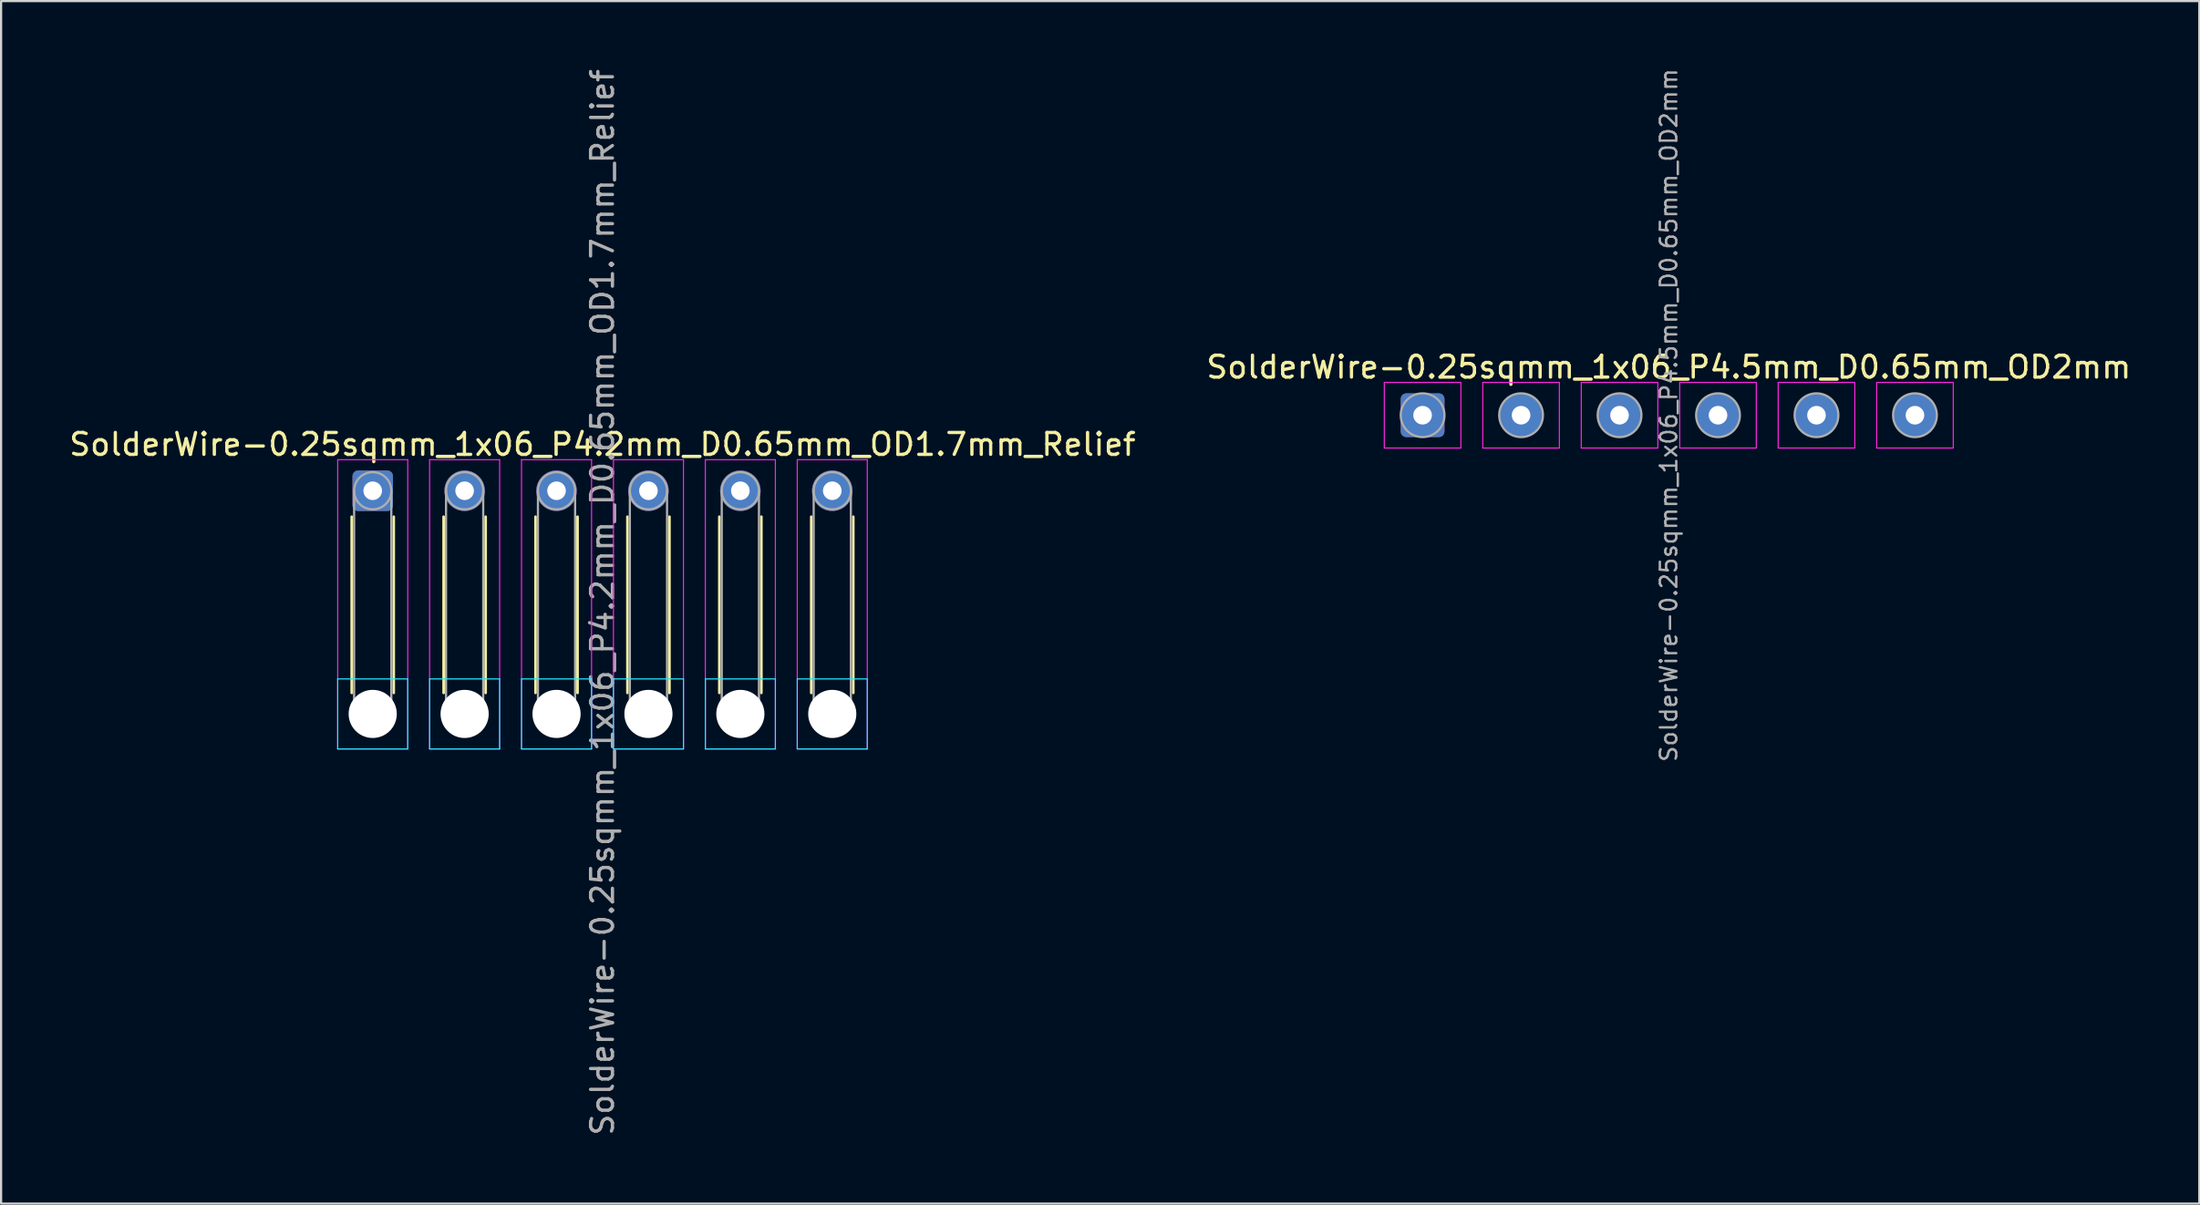
<source format=kicad_pcb>
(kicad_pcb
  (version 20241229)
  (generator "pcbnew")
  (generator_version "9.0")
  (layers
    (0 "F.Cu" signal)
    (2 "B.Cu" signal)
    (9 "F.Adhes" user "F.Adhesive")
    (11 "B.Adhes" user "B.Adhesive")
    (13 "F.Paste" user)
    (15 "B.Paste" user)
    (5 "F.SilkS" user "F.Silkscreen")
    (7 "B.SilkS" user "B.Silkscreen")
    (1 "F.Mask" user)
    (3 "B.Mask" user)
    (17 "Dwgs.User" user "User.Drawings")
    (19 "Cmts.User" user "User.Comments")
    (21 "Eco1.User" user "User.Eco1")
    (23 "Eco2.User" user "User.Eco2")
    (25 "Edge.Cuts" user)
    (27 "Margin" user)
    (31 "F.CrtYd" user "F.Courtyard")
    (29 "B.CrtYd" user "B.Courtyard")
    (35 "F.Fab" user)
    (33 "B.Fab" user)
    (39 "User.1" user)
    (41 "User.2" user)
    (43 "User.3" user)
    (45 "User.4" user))
  (footprint "SolderWire-0.25sqmm_1x06_P4.5mm_D0.65mm_OD2mm"
    (layer "F.Cu")
    (at 61.958 15.929)
    (property "Reference" "SolderWire-0.25sqmm_1x06_P4.5mm_D0.65mm_OD2mm" (at 11.25 -2.2 0) (layer "F.SilkS") (effects (font (size 1 1) (thickness 0.15))))
    (attr exclude_from_pos_files exclude_from_bom)
    (fp_line (start -1.75 -1.5) (end -1.75 1.5) (stroke (width 0.05) (type solid)) (layer "F.CrtYd"))
    (fp_line (start -1.75 1.5) (end 1.75 1.5) (stroke (width 0.05) (type solid)) (layer "F.CrtYd"))
    (fp_line (start 1.75 -1.5) (end -1.75 -1.5) (stroke (width 0.05) (type solid)) (layer "F.CrtYd"))
    (fp_line (start 1.75 1.5) (end 1.75 -1.5) (stroke (width 0.05) (type solid)) (layer "F.CrtYd"))
    (fp_line (start 2.75 -1.5) (end 2.75 1.5) (stroke (width 0.05) (type solid)) (layer "F.CrtYd"))
    (fp_line (start 2.75 1.5) (end 6.25 1.5) (stroke (width 0.05) (type solid)) (layer "F.CrtYd"))
    (fp_line (start 6.25 -1.5) (end 2.75 -1.5) (stroke (width 0.05) (type solid)) (layer "F.CrtYd"))
    (fp_line (start 6.25 1.5) (end 6.25 -1.5) (stroke (width 0.05) (type solid)) (layer "F.CrtYd"))
    (fp_line (start 7.25 -1.5) (end 7.25 1.5) (stroke (width 0.05) (type solid)) (layer "F.CrtYd"))
    (fp_line (start 7.25 1.5) (end 10.75 1.5) (stroke (width 0.05) (type solid)) (layer "F.CrtYd"))
    (fp_line (start 10.75 -1.5) (end 7.25 -1.5) (stroke (width 0.05) (type solid)) (layer "F.CrtYd"))
    (fp_line (start 10.75 1.5) (end 10.75 -1.5) (stroke (width 0.05) (type solid)) (layer "F.CrtYd"))
    (fp_line (start 11.75 -1.5) (end 11.75 1.5) (stroke (width 0.05) (type solid)) (layer "F.CrtYd"))
    (fp_line (start 11.75 1.5) (end 15.25 1.5) (stroke (width 0.05) (type solid)) (layer "F.CrtYd"))
    (fp_line (start 15.25 -1.5) (end 11.75 -1.5) (stroke (width 0.05) (type solid)) (layer "F.CrtYd"))
    (fp_line (start 15.25 1.5) (end 15.25 -1.5) (stroke (width 0.05) (type solid)) (layer "F.CrtYd"))
    (fp_line (start 16.25 -1.5) (end 16.25 1.5) (stroke (width 0.05) (type solid)) (layer "F.CrtYd"))
    (fp_line (start 16.25 1.5) (end 19.75 1.5) (stroke (width 0.05) (type solid)) (layer "F.CrtYd"))
    (fp_line (start 19.75 -1.5) (end 16.25 -1.5) (stroke (width 0.05) (type solid)) (layer "F.CrtYd"))
    (fp_line (start 19.75 1.5) (end 19.75 -1.5) (stroke (width 0.05) (type solid)) (layer "F.CrtYd"))
    (fp_line (start 20.75 -1.5) (end 20.75 1.5) (stroke (width 0.05) (type solid)) (layer "F.CrtYd"))
    (fp_line (start 20.75 1.5) (end 24.25 1.5) (stroke (width 0.05) (type solid)) (layer "F.CrtYd"))
    (fp_line (start 24.25 -1.5) (end 20.75 -1.5) (stroke (width 0.05) (type solid)) (layer "F.CrtYd"))
    (fp_line (start 24.25 1.5) (end 24.25 -1.5) (stroke (width 0.05) (type solid)) (layer "F.CrtYd"))
    (fp_circle (center 0 0) (end 1 0) (stroke (width 0.1) (type solid)) (fill no) (layer "F.Fab"))
    (fp_circle (center 4.5 0) (end 5.5 0) (stroke (width 0.1) (type solid)) (fill no) (layer "F.Fab"))
    (fp_circle (center 9 0) (end 10 0) (stroke (width 0.1) (type solid)) (fill no) (layer "F.Fab"))
    (fp_circle (center 13.5 0) (end 14.5 0) (stroke (width 0.1) (type solid)) (fill no) (layer "F.Fab"))
    (fp_circle (center 18 0) (end 19 0) (stroke (width 0.1) (type solid)) (fill no) (layer "F.Fab"))
    (fp_circle (center 22.5 0) (end 23.5 0) (stroke (width 0.1) (type solid)) (fill no) (layer "F.Fab"))
    (fp_text user "${REFERENCE}" (at 11.25 0 90) (layer "F.Fab") (effects (font (size 0.75 0.75) (thickness 0.11))))
    (pad "1" thru_hole roundrect (at 0 0) (size 2 2) (drill 0.85) (layers "*.Cu" "*.Mask") (roundrect_rratio 0.125))
    (pad "2" thru_hole circle (at 4.5 0) (size 2 2) (drill 0.85) (layers "*.Cu" "*.Mask"))
    (pad "3" thru_hole circle (at 9 0) (size 2 2) (drill 0.85) (layers "*.Cu" "*.Mask"))
    (pad "4" thru_hole circle (at 13.5 0) (size 2 2) (drill 0.85) (layers "*.Cu" "*.Mask"))
    (pad "5" thru_hole circle (at 18 0) (size 2 2) (drill 0.85) (layers "*.Cu" "*.Mask"))
    (pad "6" thru_hole circle (at 22.5 0) (size 2 2) (drill 0.85) (layers "*.Cu" "*.Mask")))
  (footprint "SolderWire-0.25sqmm_1x06_P4.2mm_D0.65mm_OD1.7mm_Relief"
    (layer "F.Cu")
    (at 13.982 19.382)
    (property "Reference" "SolderWire-0.25sqmm_1x06_P4.2mm_D0.65mm_OD1.7mm_Relief" (at 10.5 -2.12 0) (layer "F.SilkS") (effects (font (size 1 1) (thickness 0.15))))
    (attr exclude_from_pos_files exclude_from_bom)
    (fp_line (start -0.96 1.185) (end -0.96 9.24) (stroke (width 0.12) (type solid)) (layer "F.SilkS"))
    (fp_line (start 0.96 1.185) (end 0.96 9.24) (stroke (width 0.12) (type solid)) (layer "F.SilkS"))
    (fp_line (start 3.24 1.185) (end 3.24 9.24) (stroke (width 0.12) (type solid)) (layer "F.SilkS"))
    (fp_line (start 5.16 1.185) (end 5.16 9.24) (stroke (width 0.12) (type solid)) (layer "F.SilkS"))
    (fp_line (start 7.44 1.185) (end 7.44 9.24) (stroke (width 0.12) (type solid)) (layer "F.SilkS"))
    (fp_line (start 9.36 1.185) (end 9.36 9.24) (stroke (width 0.12) (type solid)) (layer "F.SilkS"))
    (fp_line (start 11.64 1.185) (end 11.64 9.24) (stroke (width 0.12) (type solid)) (layer "F.SilkS"))
    (fp_line (start 13.56 1.185) (end 13.56 9.24) (stroke (width 0.12) (type solid)) (layer "F.SilkS"))
    (fp_line (start 15.84 1.185) (end 15.84 9.24) (stroke (width 0.12) (type solid)) (layer "F.SilkS"))
    (fp_line (start 17.76 1.185) (end 17.76 9.24) (stroke (width 0.12) (type solid)) (layer "F.SilkS"))
    (fp_line (start 20.04 1.185) (end 20.04 9.24) (stroke (width 0.12) (type solid)) (layer "F.SilkS"))
    (fp_line (start 21.96 1.185) (end 21.96 9.24) (stroke (width 0.12) (type solid)) (layer "F.SilkS"))
    (fp_line (start -1.6 8.6) (end -1.6 11.8) (stroke (width 0.05) (type solid)) (layer "B.CrtYd"))
    (fp_line (start -1.6 11.8) (end 1.6 11.8) (stroke (width 0.05) (type solid)) (layer "B.CrtYd"))
    (fp_line (start 1.6 8.6) (end -1.6 8.6) (stroke (width 0.05) (type solid)) (layer "B.CrtYd"))
    (fp_line (start 1.6 11.8) (end 1.6 8.6) (stroke (width 0.05) (type solid)) (layer "B.CrtYd"))
    (fp_line (start 2.6 8.6) (end 2.6 11.8) (stroke (width 0.05) (type solid)) (layer "B.CrtYd"))
    (fp_line (start 2.6 11.8) (end 5.8 11.8) (stroke (width 0.05) (type solid)) (layer "B.CrtYd"))
    (fp_line (start 5.8 8.6) (end 2.6 8.6) (stroke (width 0.05) (type solid)) (layer "B.CrtYd"))
    (fp_line (start 5.8 11.8) (end 5.8 8.6) (stroke (width 0.05) (type solid)) (layer "B.CrtYd"))
    (fp_line (start 6.8 8.6) (end 6.8 11.8) (stroke (width 0.05) (type solid)) (layer "B.CrtYd"))
    (fp_line (start 6.8 11.8) (end 10 11.8) (stroke (width 0.05) (type solid)) (layer "B.CrtYd"))
    (fp_line (start 10 8.6) (end 6.8 8.6) (stroke (width 0.05) (type solid)) (layer "B.CrtYd"))
    (fp_line (start 10 11.8) (end 10 8.6) (stroke (width 0.05) (type solid)) (layer "B.CrtYd"))
    (fp_line (start 11 8.6) (end 11 11.8) (stroke (width 0.05) (type solid)) (layer "B.CrtYd"))
    (fp_line (start 11 11.8) (end 14.2 11.8) (stroke (width 0.05) (type solid)) (layer "B.CrtYd"))
    (fp_line (start 14.2 8.6) (end 11 8.6) (stroke (width 0.05) (type solid)) (layer "B.CrtYd"))
    (fp_line (start 14.2 11.8) (end 14.2 8.6) (stroke (width 0.05) (type solid)) (layer "B.CrtYd"))
    (fp_line (start 15.2 8.6) (end 15.2 11.8) (stroke (width 0.05) (type solid)) (layer "B.CrtYd"))
    (fp_line (start 15.2 11.8) (end 18.4 11.8) (stroke (width 0.05) (type solid)) (layer "B.CrtYd"))
    (fp_line (start 18.4 8.6) (end 15.2 8.6) (stroke (width 0.05) (type solid)) (layer "B.CrtYd"))
    (fp_line (start 18.4 11.8) (end 18.4 8.6) (stroke (width 0.05) (type solid)) (layer "B.CrtYd"))
    (fp_line (start 19.4 8.6) (end 19.4 11.8) (stroke (width 0.05) (type solid)) (layer "B.CrtYd"))
    (fp_line (start 19.4 11.8) (end 22.6 11.8) (stroke (width 0.05) (type solid)) (layer "B.CrtYd"))
    (fp_line (start 22.6 8.6) (end 19.4 8.6) (stroke (width 0.05) (type solid)) (layer "B.CrtYd"))
    (fp_line (start 22.6 11.8) (end 22.6 8.6) (stroke (width 0.05) (type solid)) (layer "B.CrtYd"))
    (fp_line (start -1.6 -1.42) (end -1.6 11.8) (stroke (width 0.05) (type solid)) (layer "F.CrtYd"))
    (fp_line (start -1.6 11.8) (end 1.6 11.8) (stroke (width 0.05) (type solid)) (layer "F.CrtYd"))
    (fp_line (start 1.6 -1.42) (end -1.6 -1.42) (stroke (width 0.05) (type solid)) (layer "F.CrtYd"))
    (fp_line (start 1.6 11.8) (end 1.6 -1.42) (stroke (width 0.05) (type solid)) (layer "F.CrtYd"))
    (fp_line (start 2.6 -1.42) (end 2.6 11.8) (stroke (width 0.05) (type solid)) (layer "F.CrtYd"))
    (fp_line (start 2.6 11.8) (end 5.8 11.8) (stroke (width 0.05) (type solid)) (layer "F.CrtYd"))
    (fp_line (start 5.8 -1.42) (end 2.6 -1.42) (stroke (width 0.05) (type solid)) (layer "F.CrtYd"))
    (fp_line (start 5.8 11.8) (end 5.8 -1.42) (stroke (width 0.05) (type solid)) (layer "F.CrtYd"))
    (fp_line (start 6.8 -1.42) (end 6.8 11.8) (stroke (width 0.05) (type solid)) (layer "F.CrtYd"))
    (fp_line (start 6.8 11.8) (end 10 11.8) (stroke (width 0.05) (type solid)) (layer "F.CrtYd"))
    (fp_line (start 10 -1.42) (end 6.8 -1.42) (stroke (width 0.05) (type solid)) (layer "F.CrtYd"))
    (fp_line (start 10 11.8) (end 10 -1.42) (stroke (width 0.05) (type solid)) (layer "F.CrtYd"))
    (fp_line (start 11 -1.42) (end 11 11.8) (stroke (width 0.05) (type solid)) (layer "F.CrtYd"))
    (fp_line (start 11 11.8) (end 14.2 11.8) (stroke (width 0.05) (type solid)) (layer "F.CrtYd"))
    (fp_line (start 14.2 -1.42) (end 11 -1.42) (stroke (width 0.05) (type solid)) (layer "F.CrtYd"))
    (fp_line (start 14.2 11.8) (end 14.2 -1.42) (stroke (width 0.05) (type solid)) (layer "F.CrtYd"))
    (fp_line (start 15.2 -1.42) (end 15.2 11.8) (stroke (width 0.05) (type solid)) (layer "F.CrtYd"))
    (fp_line (start 15.2 11.8) (end 18.4 11.8) (stroke (width 0.05) (type solid)) (layer "F.CrtYd"))
    (fp_line (start 18.4 -1.42) (end 15.2 -1.42) (stroke (width 0.05) (type solid)) (layer "F.CrtYd"))
    (fp_line (start 18.4 11.8) (end 18.4 -1.42) (stroke (width 0.05) (type solid)) (layer "F.CrtYd"))
    (fp_line (start 19.4 -1.42) (end 19.4 11.8) (stroke (width 0.05) (type solid)) (layer "F.CrtYd"))
    (fp_line (start 19.4 11.8) (end 22.6 11.8) (stroke (width 0.05) (type solid)) (layer "F.CrtYd"))
    (fp_line (start 22.6 -1.42) (end 19.4 -1.42) (stroke (width 0.05) (type solid)) (layer "F.CrtYd"))
    (fp_line (start 22.6 11.8) (end 22.6 -1.42) (stroke (width 0.05) (type solid)) (layer "F.CrtYd"))
    (fp_line (start -0.85 0) (end -0.85 10.2) (stroke (width 0.1) (type solid)) (layer "F.Fab"))
    (fp_line (start 0.85 0) (end 0.85 10.2) (stroke (width 0.1) (type solid)) (layer "F.Fab"))
    (fp_line (start 3.35 0) (end 3.35 10.2) (stroke (width 0.1) (type solid)) (layer "F.Fab"))
    (fp_line (start 5.05 0) (end 5.05 10.2) (stroke (width 0.1) (type solid)) (layer "F.Fab"))
    (fp_line (start 7.55 0) (end 7.55 10.2) (stroke (width 0.1) (type solid)) (layer "F.Fab"))
    (fp_line (start 9.25 0) (end 9.25 10.2) (stroke (width 0.1) (type solid)) (layer "F.Fab"))
    (fp_line (start 11.75 0) (end 11.75 10.2) (stroke (width 0.1) (type solid)) (layer "F.Fab"))
    (fp_line (start 13.45 0) (end 13.45 10.2) (stroke (width 0.1) (type solid)) (layer "F.Fab"))
    (fp_line (start 15.95 0) (end 15.95 10.2) (stroke (width 0.1) (type solid)) (layer "F.Fab"))
    (fp_line (start 17.65 0) (end 17.65 10.2) (stroke (width 0.1) (type solid)) (layer "F.Fab"))
    (fp_line (start 20.15 0) (end 20.15 10.2) (stroke (width 0.1) (type solid)) (layer "F.Fab"))
    (fp_line (start 21.85 0) (end 21.85 10.2) (stroke (width 0.1) (type solid)) (layer "F.Fab"))
    (fp_circle (center 0 0) (end 0.85 0) (stroke (width 0.1) (type solid)) (fill no) (layer "F.Fab"))
    (fp_circle (center 0 10.2) (end 0.85 10.2) (stroke (width 0.1) (type solid)) (fill no) (layer "F.Fab"))
    (fp_circle (center 4.2 0) (end 5.05 0) (stroke (width 0.1) (type solid)) (fill no) (layer "F.Fab"))
    (fp_circle (center 4.2 10.2) (end 5.05 10.2) (stroke (width 0.1) (type solid)) (fill no) (layer "F.Fab"))
    (fp_circle (center 8.4 0) (end 9.25 0) (stroke (width 0.1) (type solid)) (fill no) (layer "F.Fab"))
    (fp_circle (center 8.4 10.2) (end 9.25 10.2) (stroke (width 0.1) (type solid)) (fill no) (layer "F.Fab"))
    (fp_circle (center 12.6 0) (end 13.45 0) (stroke (width 0.1) (type solid)) (fill no) (layer "F.Fab"))
    (fp_circle (center 12.6 10.2) (end 13.45 10.2) (stroke (width 0.1) (type solid)) (fill no) (layer "F.Fab"))
    (fp_circle (center 16.8 0) (end 17.65 0) (stroke (width 0.1) (type solid)) (fill no) (layer "F.Fab"))
    (fp_circle (center 16.8 10.2) (end 17.65 10.2) (stroke (width 0.1) (type solid)) (fill no) (layer "F.Fab"))
    (fp_circle (center 21 0) (end 21.85 0) (stroke (width 0.1) (type solid)) (fill no) (layer "F.Fab"))
    (fp_circle (center 21 10.2) (end 21.85 10.2) (stroke (width 0.1) (type solid)) (fill no) (layer "F.Fab"))
    (fp_text user "${REFERENCE}" (at 10.5 5.1 90) (layer "F.Fab") (effects (font (size 1 1) (thickness 0.15))))
    (pad "" np_thru_hole circle (at 0 10.2) (size 2.2 2.2) (drill 2.2) (layers "*.Cu" "*.Mask"))
    (pad "" np_thru_hole circle (at 4.2 10.2) (size 2.2 2.2) (drill 2.2) (layers "*.Cu" "*.Mask"))
    (pad "" np_thru_hole circle (at 8.4 10.2) (size 2.2 2.2) (drill 2.2) (layers "*.Cu" "*.Mask"))
    (pad "" np_thru_hole circle (at 12.6 10.2) (size 2.2 2.2) (drill 2.2) (layers "*.Cu" "*.Mask"))
    (pad "" np_thru_hole circle (at 16.8 10.2) (size 2.2 2.2) (drill 2.2) (layers "*.Cu" "*.Mask"))
    (pad "" np_thru_hole circle (at 21 10.2) (size 2.2 2.2) (drill 2.2) (layers "*.Cu" "*.Mask"))
    (pad "1" thru_hole roundrect (at 0 0) (size 1.85 1.85) (drill 0.85) (layers "*.Cu" "*.Mask") (roundrect_rratio 0.135))
    (pad "2" thru_hole circle (at 4.2 0) (size 1.85 1.85) (drill 0.85) (layers "*.Cu" "*.Mask"))
    (pad "3" thru_hole circle (at 8.4 0) (size 1.85 1.85) (drill 0.85) (layers "*.Cu" "*.Mask"))
    (pad "4" thru_hole circle (at 12.6 0) (size 1.85 1.85) (drill 0.85) (layers "*.Cu" "*.Mask"))
    (pad "5" thru_hole circle (at 16.8 0) (size 1.85 1.85) (drill 0.85) (layers "*.Cu" "*.Mask"))
    (pad "6" thru_hole circle (at 21 0) (size 1.85 1.85) (drill 0.85) (layers "*.Cu" "*.Mask")))
  (gr_rect
    (start -3 -3)
    (end 97.452 51.964)
    (stroke (width 0.1) (type default))
    (fill no)
    (layer "Edge.Cuts")))
</source>
